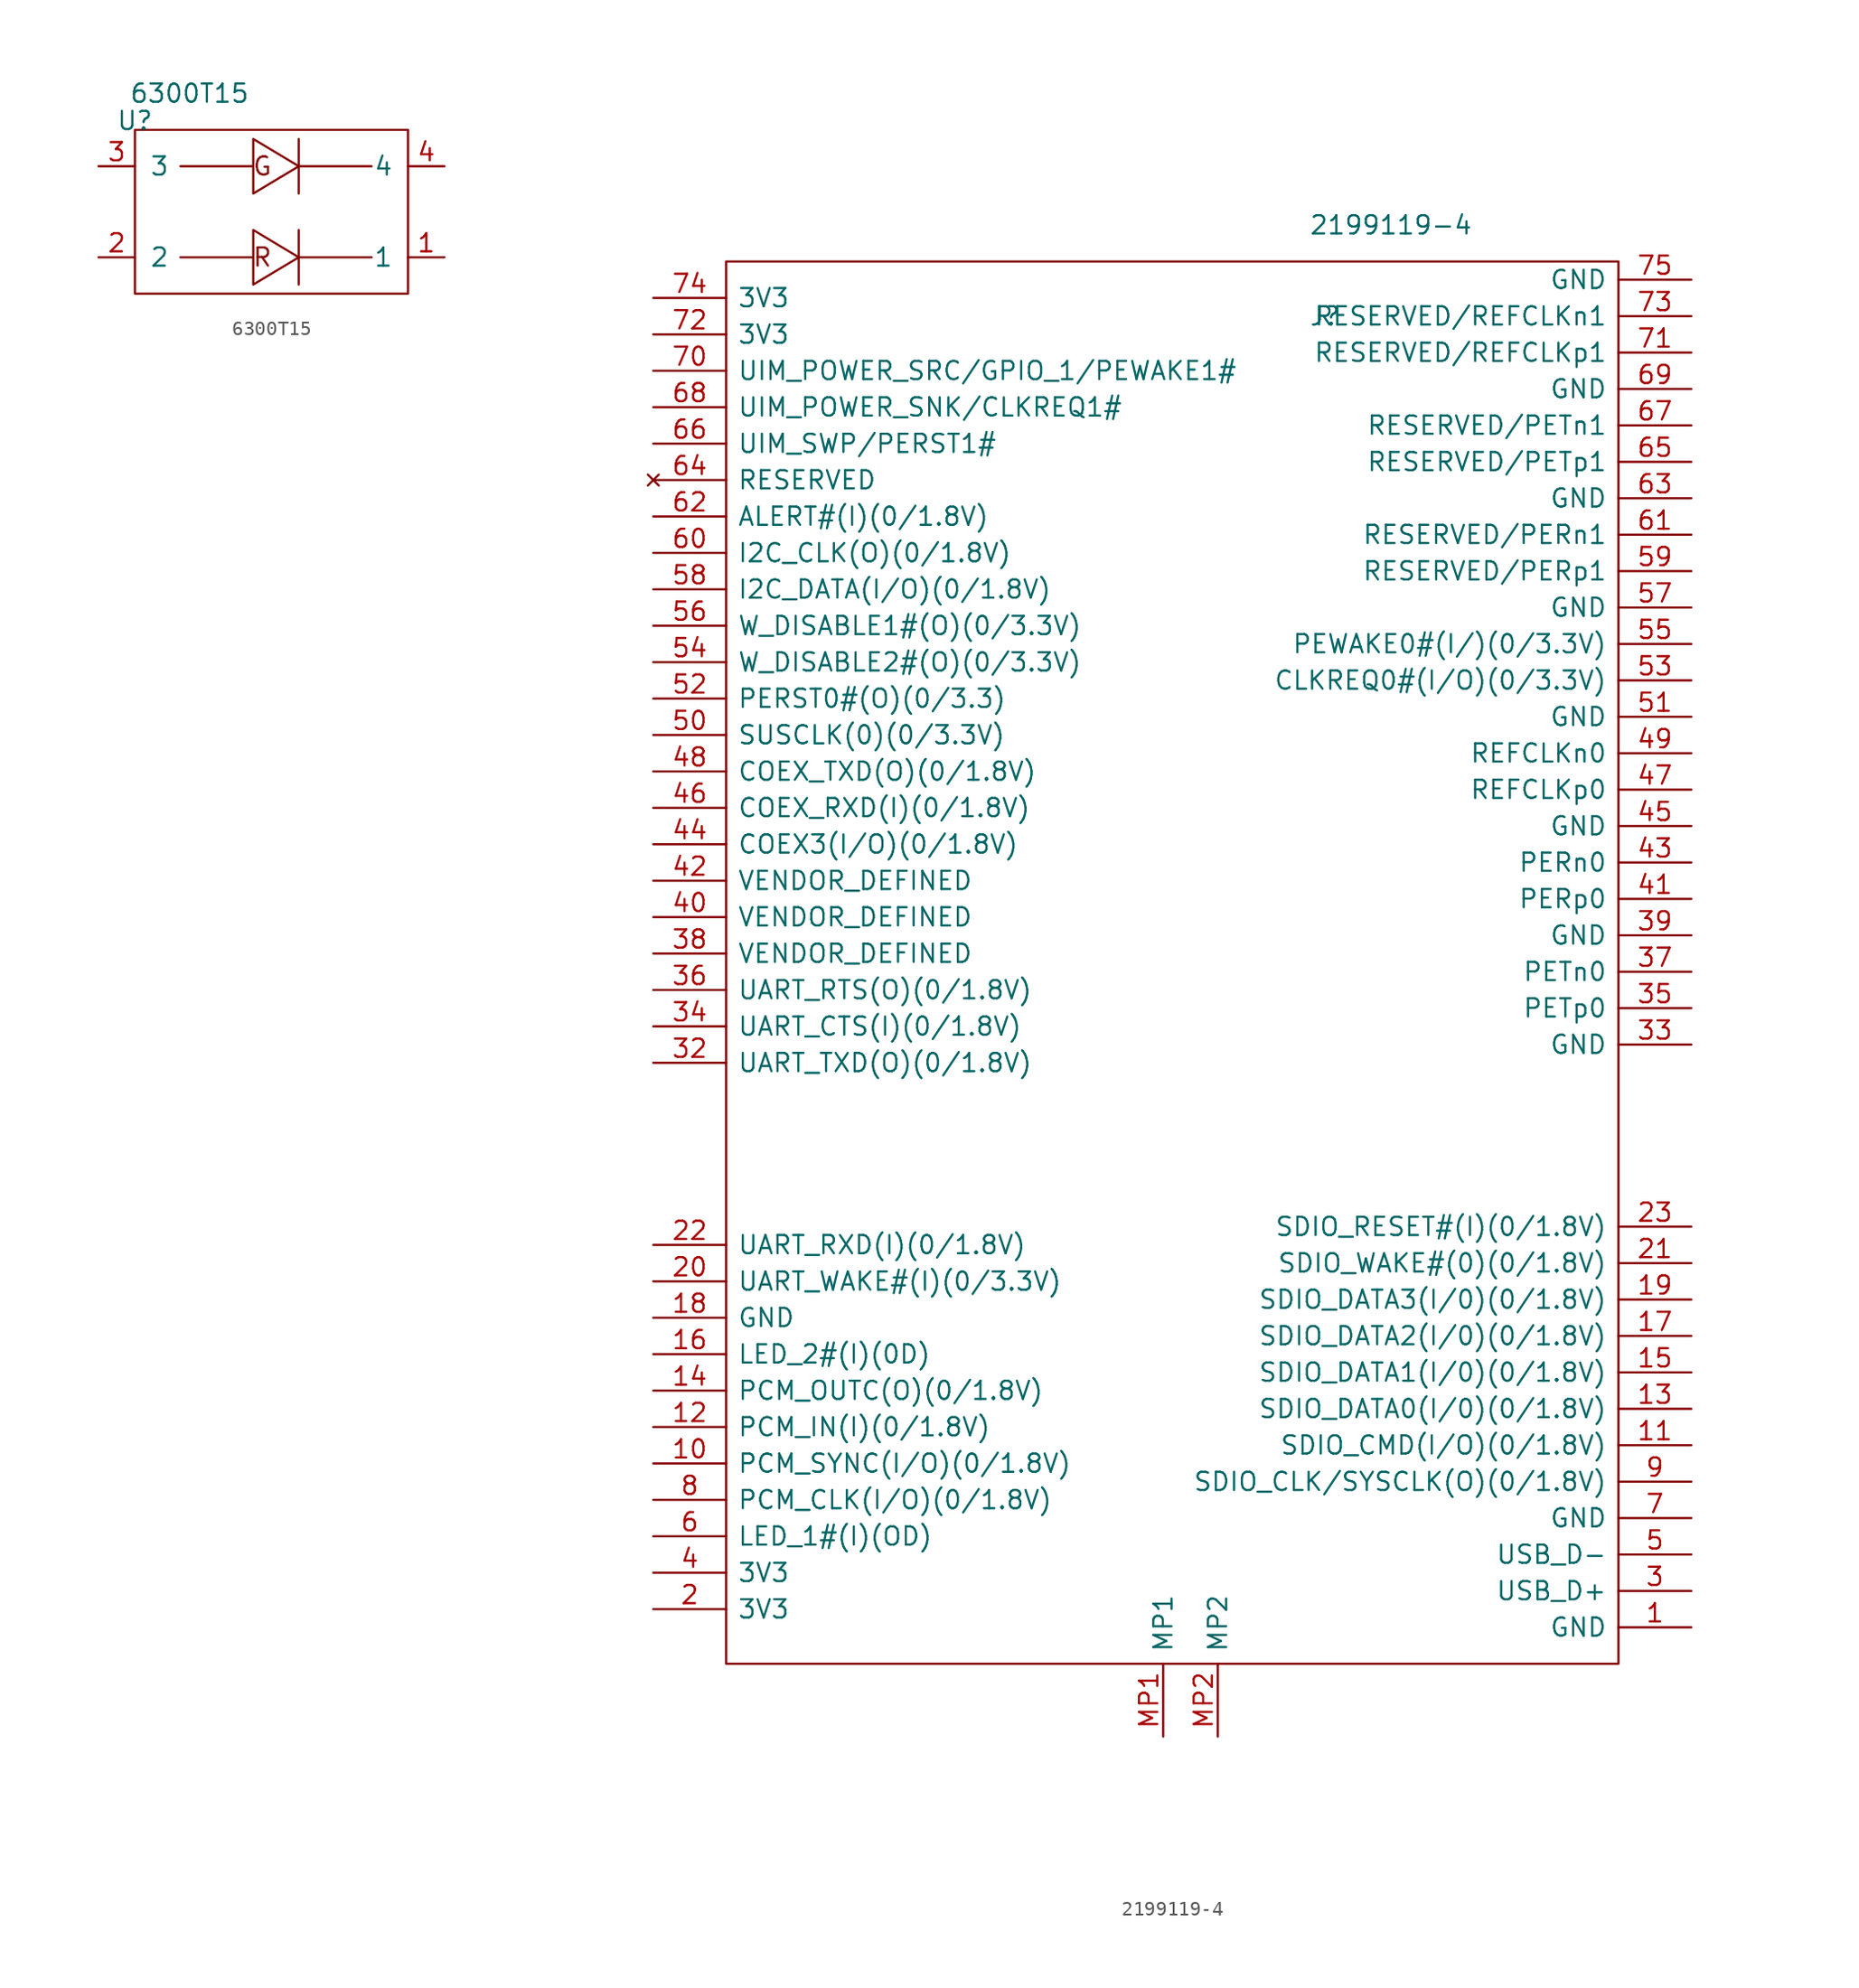
<source format=kicad_sym>
(kicad_symbol_lib
  (version 20220914)
  (generator kicad_symbol_editor)
  (symbol "6300T15"
    (pin_names
      (offset 1.016))
    (property "Reference" "U"
      (at -8.255 5.08 0)
      (effects (font (size 1.27 1.27))))
    (property "Value" "6300T15"
      (at -4.445 6.985 0)
      (effects (font (size 1.27 1.27))))
    (symbol "6300T15_0_0"
      (rectangle (start -8.255 4.445) (end 10.795 -6.985) (stroke (width 0) (type solid)) (fill (type none)))
      (text "G" (at 0.635 1.905 0) (effects (font (size 1.27 1.27))))
      (text "R" (at 0.635 -4.445 0) (effects (font (size 1.27 1.27)))))
    (symbol "6300T15_0_1"
      (polyline (pts (xy 3.175 1.905) (xy 8.255 1.905)) (stroke (width 0) (type solid)) (fill (type none)))
      (polyline (pts (xy 3.175 3.81) (xy 3.175 0)) (stroke (width 0) (type solid)) (fill (type none)))
      (polyline (pts (xy -5.08 1.905) (xy 0 1.905) (xy 0 3.81) (xy 3.175 1.905) (xy 0 0) (xy 0 1.905)) (stroke (width 0) (type solid)) (fill (type none))))
    (symbol "6300T15_1_1"
      (polyline (pts (xy 3.175 -4.445) (xy 8.255 -4.445)) (stroke (width 0) (type solid)) (fill (type none)))
      (polyline (pts (xy 3.175 -2.54) (xy 3.175 -6.35)) (stroke (width 0) (type solid)) (fill (type none)))
      (polyline (pts (xy -5.08 -4.445) (xy 0 -4.445) (xy 0 -2.54) (xy 3.175 -4.445) (xy 0 -6.35) (xy 0 -4.445)) (stroke (width 0) (type solid)) (fill (type none)))
      (pin passive line (at 13.335 -4.445 180) (length 2.54) (name "1" (effects (font (size 1.27 1.27)))) (number "1" (effects (font (size 1.27 1.27)))))
      (pin input line (at -10.795 -4.445 0) (length 2.54) (name "2" (effects (font (size 1.27 1.27)))) (number "2" (effects (font (size 1.27 1.27)))))
      (pin input line (at -10.795 1.905 0) (length 2.54) (name "3" (effects (font (size 1.27 1.27)))) (number "3" (effects (font (size 1.27 1.27)))))
      (pin passive line (at 13.335 1.905 180) (length 2.54) (name "4" (effects (font (size 1.27 1.27)))) (number "4" (effects (font (size 1.27 1.27)))))))
  (symbol "2199119-4"
    (pin_names
      (offset 0.762))
    (property "Reference" "J"
      (at 10.16 48.26 0)
      (effects (font (size 1.27 1.27)) (justify left)))
    (property "Value" "2199119-4"
      (at 10.16 54.61 0)
      (effects (font (size 1.27 1.27)) (justify left)))
    (symbol "2199119-4_0_0"
      (pin power_in line (at 36.83 -43.18 180) (length 5.08) (name "GND" (effects (font (size 1.27 1.27)))) (number "1" (effects (font (size 1.27 1.27)))))
      (pin bidirectional line (at -35.56 -31.75 0) (length 5.08) (name "PCM_SYNC(I/O)(0/1.8V)" (effects (font (size 1.27 1.27)))) (number "10" (effects (font (size 1.27 1.27)))))
      (pin passive line (at 36.83 -30.48 180) (length 5.08) (name "SDIO_CMD(I/O)(0/1.8V)" (effects (font (size 1.27 1.27)))) (number "11" (effects (font (size 1.27 1.27)))))
      (pin power_in line (at -35.56 -41.91 0) (length 5.08) (name "3V3" (effects (font (size 1.27 1.27)))) (number "2" (effects (font (size 1.27 1.27)))))
      (pin input line (at -35.56 -19.05 0) (length 5.08) (name "UART_WAKE#(I)(0/3.3V)" (effects (font (size 1.27 1.27)))) (number "20" (effects (font (size 1.27 1.27)))))
      (pin passive line (at 36.83 -17.78 180) (length 5.08) (name "SDIO_WAKE#(0)(0/1.8V)" (effects (font (size 1.27 1.27)))) (number "21" (effects (font (size 1.27 1.27)))))
      (pin input line (at -35.56 -16.51 0) (length 5.08) (name "UART_RXD(I)(0/1.8V)" (effects (font (size 1.27 1.27)))) (number "22" (effects (font (size 1.27 1.27)))))
      (pin passive line (at 36.83 -15.24 180) (length 5.08) (name "SDIO_RESET#(I)(0/1.8V)" (effects (font (size 1.27 1.27)))) (number "23" (effects (font (size 1.27 1.27)))))
      (pin passive line (at 36.83 -40.64 180) (length 5.08) (name "USB_D+" (effects (font (size 1.27 1.27)))) (number "3" (effects (font (size 1.27 1.27)))))
      (pin output line (at -35.56 -3.81 0) (length 5.08) (name "UART_TXD(O)(0/1.8V)" (effects (font (size 1.27 1.27)))) (number "32" (effects (font (size 1.27 1.27)))))
      (pin power_in line (at 36.83 -2.54 180) (length 5.08) (name "GND" (effects (font (size 1.27 1.27)))) (number "33" (effects (font (size 1.27 1.27)))))
      (pin input line (at -35.56 -1.27 0) (length 5.08) (name "UART_CTS(I)(0/1.8V)" (effects (font (size 1.27 1.27)))) (number "34" (effects (font (size 1.27 1.27)))))
      (pin passive line (at 36.83 0 180) (length 5.08) (name "PETp0" (effects (font (size 1.27 1.27)))) (number "35" (effects (font (size 1.27 1.27)))))
      (pin output line (at -35.56 1.27 0) (length 5.08) (name "UART_RTS(O)(0/1.8V)" (effects (font (size 1.27 1.27)))) (number "36" (effects (font (size 1.27 1.27)))))
      (pin passive line (at 36.83 2.54 180) (length 5.08) (name "PETn0" (effects (font (size 1.27 1.27)))) (number "37" (effects (font (size 1.27 1.27)))))
      (pin passive line (at -35.56 3.81 0) (length 5.08) (name "VENDOR_DEFINED" (effects (font (size 1.27 1.27)))) (number "38" (effects (font (size 1.27 1.27)))))
      (pin power_in line (at 36.83 5.08 180) (length 5.08) (name "GND" (effects (font (size 1.27 1.27)))) (number "39" (effects (font (size 1.27 1.27)))))
      (pin power_in line (at -35.56 -39.37 0) (length 5.08) (name "3V3" (effects (font (size 1.27 1.27)))) (number "4" (effects (font (size 1.27 1.27)))))
      (pin passive line (at -35.56 6.35 0) (length 5.08) (name "VENDOR_DEFINED" (effects (font (size 1.27 1.27)))) (number "40" (effects (font (size 1.27 1.27)))))
      (pin passive line (at 36.83 7.62 180) (length 5.08) (name "PERp0" (effects (font (size 1.27 1.27)))) (number "41" (effects (font (size 1.27 1.27)))))
      (pin passive line (at -35.56 8.89 0) (length 5.08) (name "VENDOR_DEFINED" (effects (font (size 1.27 1.27)))) (number "42" (effects (font (size 1.27 1.27)))))
      (pin passive line (at 36.83 10.16 180) (length 5.08) (name "PERn0" (effects (font (size 1.27 1.27)))) (number "43" (effects (font (size 1.27 1.27)))))
      (pin bidirectional line (at -35.56 11.43 0) (length 5.08) (name "COEX3(I/O)(0/1.8V)" (effects (font (size 1.27 1.27)))) (number "44" (effects (font (size 1.27 1.27)))))
      (pin power_in line (at 36.83 12.7 180) (length 5.08) (name "GND" (effects (font (size 1.27 1.27)))) (number "45" (effects (font (size 1.27 1.27)))))
      (pin input line (at -35.56 13.97 0) (length 5.08) (name "COEX_RXD(I)(0/1.8V)" (effects (font (size 1.27 1.27)))) (number "46" (effects (font (size 1.27 1.27)))))
      (pin passive line (at 36.83 15.24 180) (length 5.08) (name "REFCLKp0" (effects (font (size 1.27 1.27)))) (number "47" (effects (font (size 1.27 1.27)))))
      (pin output line (at -35.56 16.51 0) (length 5.08) (name "COEX_TXD(O)(0/1.8V)" (effects (font (size 1.27 1.27)))) (number "48" (effects (font (size 1.27 1.27)))))
      (pin passive line (at 36.83 17.78 180) (length 5.08) (name "REFCLKn0" (effects (font (size 1.27 1.27)))) (number "49" (effects (font (size 1.27 1.27)))))
      (pin passive line (at 36.83 -38.1 180) (length 5.08) (name "USB_D-" (effects (font (size 1.27 1.27)))) (number "5" (effects (font (size 1.27 1.27)))))
      (pin output line (at -35.56 19.05 0) (length 5.08) (name "SUSCLK(0)(0/3.3V)" (effects (font (size 1.27 1.27)))) (number "50" (effects (font (size 1.27 1.27)))))
      (pin power_in line (at 36.83 20.32 180) (length 5.08) (name "GND" (effects (font (size 1.27 1.27)))) (number "51" (effects (font (size 1.27 1.27)))))
      (pin output line (at -35.56 21.59 0) (length 5.08) (name "PERST0#(O)(0/3.3)" (effects (font (size 1.27 1.27)))) (number "52" (effects (font (size 1.27 1.27)))))
      (pin passive line (at 36.83 22.86 180) (length 5.08) (name "CLKREQ0#(I/O)(0/3.3V)" (effects (font (size 1.27 1.27)))) (number "53" (effects (font (size 1.27 1.27)))))
      (pin output line (at -35.56 24.13 0) (length 5.08) (name "W_DISABLE2#(O)(0/3.3V)" (effects (font (size 1.27 1.27)))) (number "54" (effects (font (size 1.27 1.27)))))
      (pin passive line (at 36.83 25.4 180) (length 5.08) (name "PEWAKE0#(I/)(0/3.3V)" (effects (font (size 1.27 1.27)))) (number "55" (effects (font (size 1.27 1.27)))))
      (pin output line (at -35.56 26.67 0) (length 5.08) (name "W_DISABLE1#(O)(0/3.3V)" (effects (font (size 1.27 1.27)))) (number "56" (effects (font (size 1.27 1.27)))))
      (pin power_in line (at 36.83 27.94 180) (length 5.08) (name "GND" (effects (font (size 1.27 1.27)))) (number "57" (effects (font (size 1.27 1.27)))))
      (pin bidirectional line (at -35.56 29.21 0) (length 5.08) (name "I2C_DATA(I/O)(0/1.8V)" (effects (font (size 1.27 1.27)))) (number "58" (effects (font (size 1.27 1.27)))))
      (pin passive line (at 36.83 30.48 180) (length 5.08) (name "RESERVED/PERp1" (effects (font (size 1.27 1.27)))) (number "59" (effects (font (size 1.27 1.27)))))
      (pin input line (at -35.56 -36.83 0) (length 5.08) (name "LED_1#(I)(OD)" (effects (font (size 1.27 1.27)))) (number "6" (effects (font (size 1.27 1.27)))))
      (pin output line (at -35.56 31.75 0) (length 5.08) (name "I2C_CLK(O)(0/1.8V)" (effects (font (size 1.27 1.27)))) (number "60" (effects (font (size 1.27 1.27)))))
      (pin passive line (at 36.83 33.02 180) (length 5.08) (name "RESERVED/PERn1" (effects (font (size 1.27 1.27)))) (number "61" (effects (font (size 1.27 1.27)))))
      (pin input line (at -35.56 34.29 0) (length 5.08) (name "ALERT#(I)(0/1.8V)" (effects (font (size 1.27 1.27)))) (number "62" (effects (font (size 1.27 1.27)))))
      (pin power_in line (at 36.83 35.56 180) (length 5.08) (name "GND" (effects (font (size 1.27 1.27)))) (number "63" (effects (font (size 1.27 1.27)))))
      (pin no_connect line (at -35.56 36.83 0) (length 5.08) (name "RESERVED" (effects (font (size 1.27 1.27)))) (number "64" (effects (font (size 1.27 1.27)))))
      (pin passive line (at 36.83 38.1 180) (length 5.08) (name "RESERVED/PETp1" (effects (font (size 1.27 1.27)))) (number "65" (effects (font (size 1.27 1.27)))))
      (pin passive line (at -35.56 39.37 0) (length 5.08) (name "UIM_SWP/PERST1#" (effects (font (size 1.27 1.27)))) (number "66" (effects (font (size 1.27 1.27)))))
      (pin passive line (at 36.83 40.64 180) (length 5.08) (name "RESERVED/PETn1" (effects (font (size 1.27 1.27)))) (number "67" (effects (font (size 1.27 1.27)))))
      (pin passive line (at -35.56 41.91 0) (length 5.08) (name "UIM_POWER_SNK/CLKREQ1#" (effects (font (size 1.27 1.27)))) (number "68" (effects (font (size 1.27 1.27)))))
      (pin power_in line (at 36.83 43.18 180) (length 5.08) (name "GND" (effects (font (size 1.27 1.27)))) (number "69" (effects (font (size 1.27 1.27)))))
      (pin power_in line (at 36.83 -35.56 180) (length 5.08) (name "GND" (effects (font (size 1.27 1.27)))) (number "7" (effects (font (size 1.27 1.27)))))
      (pin passive line (at -35.56 44.45 0) (length 5.08) (name "UIM_POWER_SRC/GPIO_1/PEWAKE1#" (effects (font (size 1.27 1.27)))) (number "70" (effects (font (size 1.27 1.27)))))
      (pin passive line (at 36.83 45.72 180) (length 5.08) (name "RESERVED/REFCLKp1" (effects (font (size 1.27 1.27)))) (number "71" (effects (font (size 1.27 1.27)))))
      (pin power_in line (at -35.56 46.99 0) (length 5.08) (name "3V3" (effects (font (size 1.27 1.27)))) (number "72" (effects (font (size 1.27 1.27)))))
      (pin passive line (at 36.83 48.26 180) (length 5.08) (name "RESERVED/REFCLKn1" (effects (font (size 1.27 1.27)))) (number "73" (effects (font (size 1.27 1.27)))))
      (pin power_in line (at -35.56 49.53 0) (length 5.08) (name "3V3" (effects (font (size 1.27 1.27)))) (number "74" (effects (font (size 1.27 1.27)))))
      (pin power_in line (at 36.83 50.8 180) (length 5.08) (name "GND" (effects (font (size 1.27 1.27)))) (number "75" (effects (font (size 1.27 1.27)))))
      (pin bidirectional line (at -35.56 -34.29 0) (length 5.08) (name "PCM_CLK(I/O)(0/1.8V)" (effects (font (size 1.27 1.27)))) (number "8" (effects (font (size 1.27 1.27)))))
      (pin passive line (at 36.83 -33.02 180) (length 5.08) (name "SDIO_CLK/SYSCLK(O)(0/1.8V)" (effects (font (size 1.27 1.27)))) (number "9" (effects (font (size 1.27 1.27)))))
      (pin passive line (at 0 -50.8 90) (length 5.08) (name "MP1" (effects (font (size 1.27 1.27)))) (number "MP1" (effects (font (size 1.27 1.27)))))
      (pin passive line (at 3.81 -50.8 90) (length 5.08) (name "MP2" (effects (font (size 1.27 1.27)))) (number "MP2" (effects (font (size 1.27 1.27))))))
    (symbol "2199119-4_0_1"
      (rectangle (start -30.48 52.07) (end 31.75 -45.72) (stroke (width 0) (type solid)) (fill (type none))))
    (symbol "2199119-4_1_1"
      (pin input line (at -35.56 -29.21 0) (length 5.08) (name "PCM_IN(I)(0/1.8V)" (effects (font (size 1.27 1.27)))) (number "12" (effects (font (size 1.27 1.27)))))
      (pin passive line (at 36.83 -27.94 180) (length 5.08) (name "SDIO_DATA0(I/0)(0/1.8V)" (effects (font (size 1.27 1.27)))) (number "13" (effects (font (size 1.27 1.27)))))
      (pin output line (at -35.56 -26.67 0) (length 5.08) (name "PCM_OUTC(O)(0/1.8V)" (effects (font (size 1.27 1.27)))) (number "14" (effects (font (size 1.27 1.27)))))
      (pin passive line (at 36.83 -25.4 180) (length 5.08) (name "SDIO_DATA1(I/0)(0/1.8V)" (effects (font (size 1.27 1.27)))) (number "15" (effects (font (size 1.27 1.27)))))
      (pin input line (at -35.56 -24.13 0) (length 5.08) (name "LED_2#(I)(0D)" (effects (font (size 1.27 1.27)))) (number "16" (effects (font (size 1.27 1.27)))))
      (pin passive line (at 36.83 -22.86 180) (length 5.08) (name "SDIO_DATA2(I/0)(0/1.8V)" (effects (font (size 1.27 1.27)))) (number "17" (effects (font (size 1.27 1.27)))))
      (pin power_in line (at -35.56 -21.59 0) (length 5.08) (name "GND" (effects (font (size 1.27 1.27)))) (number "18" (effects (font (size 1.27 1.27)))))
      (pin passive line (at 36.83 -20.32 180) (length 5.08) (name "SDIO_DATA3(I/0)(0/1.8V)" (effects (font (size 1.27 1.27)))) (number "19" (effects (font (size 1.27 1.27))))))))
</source>
